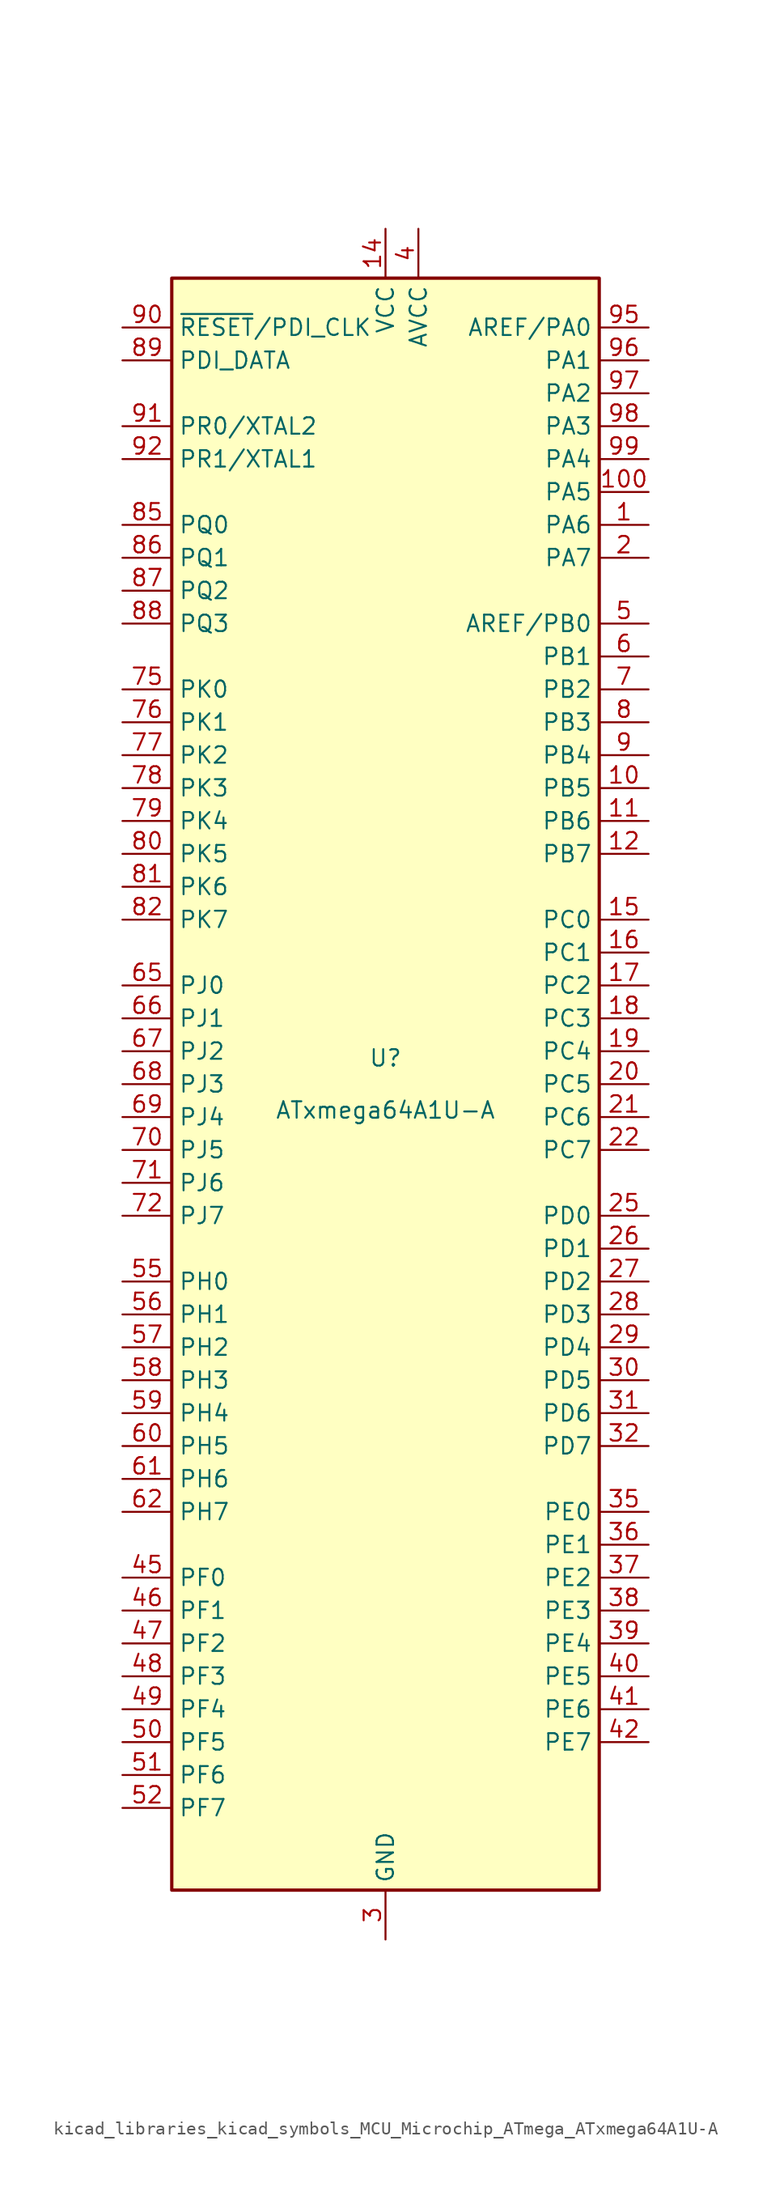
<source format=kicad_sym>
(kicad_symbol_lib
  (version 20220914)
  (generator kicad_symbol_editor)
  (symbol "kicad_libraries_kicad_symbols_MCU_Microchip_ATmega_ATxmega64A1U-A"
    (property "Reference" "U"
      (at 0 1.27 0)
      (effects (font (size 1.27 1.27)) (justify bottom)))
    (property "Value" "ATxmega64A1U-A"
      (at 0 -1.27 0)
      (effects (font (size 1.27 1.27)) (justify top)))
    (symbol "kicad_libraries_kicad_symbols_MCU_Microchip_ATmega_ATxmega64A1U-A_0_1"
      (rectangle (start -16.51 -62.23) (end 16.51 62.23) (stroke (width 0.254) (type default)) (fill (type background))))
    (symbol "kicad_libraries_kicad_symbols_MCU_Microchip_ATmega_ATxmega64A1U-A_1_1"
      (pin bidirectional line (at 20.32 43.18 180) (length 3.81) (name "PA6" (effects (font (size 1.27 1.27)))) (number "1" (effects (font (size 1.27 1.27)))))
      (pin bidirectional line (at 20.32 22.86 180) (length 3.81) (name "PB5" (effects (font (size 1.27 1.27)))) (number "10" (effects (font (size 1.27 1.27)))))
      (pin bidirectional line (at 20.32 45.72 180) (length 3.81) (name "PA5" (effects (font (size 1.27 1.27)))) (number "100" (effects (font (size 1.27 1.27)))))
      (pin bidirectional line (at 20.32 20.32 180) (length 3.81) (name "PB6" (effects (font (size 1.27 1.27)))) (number "11" (effects (font (size 1.27 1.27)))))
      (pin bidirectional line (at 20.32 17.78 180) (length 3.81) (name "PB7" (effects (font (size 1.27 1.27)))) (number "12" (effects (font (size 1.27 1.27)))))
      (pin passive line (at 0 -66.04 90) (length 3.81) hide (name "GND" (effects (font (size 1.27 1.27)))) (number "13" (effects (font (size 1.27 1.27)))))
      (pin power_in line (at 0 66.04 270) (length 3.81) (name "VCC" (effects (font (size 1.27 1.27)))) (number "14" (effects (font (size 1.27 1.27)))))
      (pin bidirectional line (at 20.32 12.7 180) (length 3.81) (name "PC0" (effects (font (size 1.27 1.27)))) (number "15" (effects (font (size 1.27 1.27)))))
      (pin bidirectional line (at 20.32 10.16 180) (length 3.81) (name "PC1" (effects (font (size 1.27 1.27)))) (number "16" (effects (font (size 1.27 1.27)))))
      (pin bidirectional line (at 20.32 7.62 180) (length 3.81) (name "PC2" (effects (font (size 1.27 1.27)))) (number "17" (effects (font (size 1.27 1.27)))))
      (pin bidirectional line (at 20.32 5.08 180) (length 3.81) (name "PC3" (effects (font (size 1.27 1.27)))) (number "18" (effects (font (size 1.27 1.27)))))
      (pin bidirectional line (at 20.32 2.54 180) (length 3.81) (name "PC4" (effects (font (size 1.27 1.27)))) (number "19" (effects (font (size 1.27 1.27)))))
      (pin bidirectional line (at 20.32 40.64 180) (length 3.81) (name "PA7" (effects (font (size 1.27 1.27)))) (number "2" (effects (font (size 1.27 1.27)))))
      (pin bidirectional line (at 20.32 0 180) (length 3.81) (name "PC5" (effects (font (size 1.27 1.27)))) (number "20" (effects (font (size 1.27 1.27)))))
      (pin bidirectional line (at 20.32 -2.54 180) (length 3.81) (name "PC6" (effects (font (size 1.27 1.27)))) (number "21" (effects (font (size 1.27 1.27)))))
      (pin bidirectional line (at 20.32 -5.08 180) (length 3.81) (name "PC7" (effects (font (size 1.27 1.27)))) (number "22" (effects (font (size 1.27 1.27)))))
      (pin passive line (at 0 -66.04 90) (length 3.81) hide (name "GND" (effects (font (size 1.27 1.27)))) (number "23" (effects (font (size 1.27 1.27)))))
      (pin passive line (at 0 66.04 270) (length 3.81) hide (name "VCC" (effects (font (size 1.27 1.27)))) (number "24" (effects (font (size 1.27 1.27)))))
      (pin bidirectional line (at 20.32 -10.16 180) (length 3.81) (name "PD0" (effects (font (size 1.27 1.27)))) (number "25" (effects (font (size 1.27 1.27)))))
      (pin bidirectional line (at 20.32 -12.7 180) (length 3.81) (name "PD1" (effects (font (size 1.27 1.27)))) (number "26" (effects (font (size 1.27 1.27)))))
      (pin bidirectional line (at 20.32 -15.24 180) (length 3.81) (name "PD2" (effects (font (size 1.27 1.27)))) (number "27" (effects (font (size 1.27 1.27)))))
      (pin bidirectional line (at 20.32 -17.78 180) (length 3.81) (name "PD3" (effects (font (size 1.27 1.27)))) (number "28" (effects (font (size 1.27 1.27)))))
      (pin bidirectional line (at 20.32 -20.32 180) (length 3.81) (name "PD4" (effects (font (size 1.27 1.27)))) (number "29" (effects (font (size 1.27 1.27)))))
      (pin power_in line (at 0 -66.04 90) (length 3.81) (name "GND" (effects (font (size 1.27 1.27)))) (number "3" (effects (font (size 1.27 1.27)))))
      (pin bidirectional line (at 20.32 -22.86 180) (length 3.81) (name "PD5" (effects (font (size 1.27 1.27)))) (number "30" (effects (font (size 1.27 1.27)))))
      (pin bidirectional line (at 20.32 -25.4 180) (length 3.81) (name "PD6" (effects (font (size 1.27 1.27)))) (number "31" (effects (font (size 1.27 1.27)))))
      (pin bidirectional line (at 20.32 -27.94 180) (length 3.81) (name "PD7" (effects (font (size 1.27 1.27)))) (number "32" (effects (font (size 1.27 1.27)))))
      (pin passive line (at 0 -66.04 90) (length 3.81) hide (name "GND" (effects (font (size 1.27 1.27)))) (number "33" (effects (font (size 1.27 1.27)))))
      (pin passive line (at 0 66.04 270) (length 3.81) hide (name "VCC" (effects (font (size 1.27 1.27)))) (number "34" (effects (font (size 1.27 1.27)))))
      (pin bidirectional line (at 20.32 -33.02 180) (length 3.81) (name "PE0" (effects (font (size 1.27 1.27)))) (number "35" (effects (font (size 1.27 1.27)))))
      (pin bidirectional line (at 20.32 -35.56 180) (length 3.81) (name "PE1" (effects (font (size 1.27 1.27)))) (number "36" (effects (font (size 1.27 1.27)))))
      (pin bidirectional line (at 20.32 -38.1 180) (length 3.81) (name "PE2" (effects (font (size 1.27 1.27)))) (number "37" (effects (font (size 1.27 1.27)))))
      (pin bidirectional line (at 20.32 -40.64 180) (length 3.81) (name "PE3" (effects (font (size 1.27 1.27)))) (number "38" (effects (font (size 1.27 1.27)))))
      (pin bidirectional line (at 20.32 -43.18 180) (length 3.81) (name "PE4" (effects (font (size 1.27 1.27)))) (number "39" (effects (font (size 1.27 1.27)))))
      (pin power_in line (at 2.54 66.04 270) (length 3.81) (name "AVCC" (effects (font (size 1.27 1.27)))) (number "4" (effects (font (size 1.27 1.27)))))
      (pin bidirectional line (at 20.32 -45.72 180) (length 3.81) (name "PE5" (effects (font (size 1.27 1.27)))) (number "40" (effects (font (size 1.27 1.27)))))
      (pin bidirectional line (at 20.32 -48.26 180) (length 3.81) (name "PE6" (effects (font (size 1.27 1.27)))) (number "41" (effects (font (size 1.27 1.27)))))
      (pin bidirectional line (at 20.32 -50.8 180) (length 3.81) (name "PE7" (effects (font (size 1.27 1.27)))) (number "42" (effects (font (size 1.27 1.27)))))
      (pin passive line (at 0 -66.04 90) (length 3.81) hide (name "GND" (effects (font (size 1.27 1.27)))) (number "43" (effects (font (size 1.27 1.27)))))
      (pin passive line (at 0 66.04 270) (length 3.81) hide (name "VCC" (effects (font (size 1.27 1.27)))) (number "44" (effects (font (size 1.27 1.27)))))
      (pin bidirectional line (at -20.32 -38.1 0) (length 3.81) (name "PF0" (effects (font (size 1.27 1.27)))) (number "45" (effects (font (size 1.27 1.27)))))
      (pin bidirectional line (at -20.32 -40.64 0) (length 3.81) (name "PF1" (effects (font (size 1.27 1.27)))) (number "46" (effects (font (size 1.27 1.27)))))
      (pin bidirectional line (at -20.32 -43.18 0) (length 3.81) (name "PF2" (effects (font (size 1.27 1.27)))) (number "47" (effects (font (size 1.27 1.27)))))
      (pin bidirectional line (at -20.32 -45.72 0) (length 3.81) (name "PF3" (effects (font (size 1.27 1.27)))) (number "48" (effects (font (size 1.27 1.27)))))
      (pin bidirectional line (at -20.32 -48.26 0) (length 3.81) (name "PF4" (effects (font (size 1.27 1.27)))) (number "49" (effects (font (size 1.27 1.27)))))
      (pin bidirectional line (at 20.32 35.56 180) (length 3.81) (name "AREF/PB0" (effects (font (size 1.27 1.27)))) (number "5" (effects (font (size 1.27 1.27)))))
      (pin bidirectional line (at -20.32 -50.8 0) (length 3.81) (name "PF5" (effects (font (size 1.27 1.27)))) (number "50" (effects (font (size 1.27 1.27)))))
      (pin bidirectional line (at -20.32 -53.34 0) (length 3.81) (name "PF6" (effects (font (size 1.27 1.27)))) (number "51" (effects (font (size 1.27 1.27)))))
      (pin bidirectional line (at -20.32 -55.88 0) (length 3.81) (name "PF7" (effects (font (size 1.27 1.27)))) (number "52" (effects (font (size 1.27 1.27)))))
      (pin passive line (at 0 -66.04 90) (length 3.81) hide (name "GND" (effects (font (size 1.27 1.27)))) (number "53" (effects (font (size 1.27 1.27)))))
      (pin passive line (at 0 66.04 270) (length 3.81) hide (name "VCC" (effects (font (size 1.27 1.27)))) (number "54" (effects (font (size 1.27 1.27)))))
      (pin bidirectional line (at -20.32 -15.24 0) (length 3.81) (name "PH0" (effects (font (size 1.27 1.27)))) (number "55" (effects (font (size 1.27 1.27)))))
      (pin bidirectional line (at -20.32 -17.78 0) (length 3.81) (name "PH1" (effects (font (size 1.27 1.27)))) (number "56" (effects (font (size 1.27 1.27)))))
      (pin bidirectional line (at -20.32 -20.32 0) (length 3.81) (name "PH2" (effects (font (size 1.27 1.27)))) (number "57" (effects (font (size 1.27 1.27)))))
      (pin bidirectional line (at -20.32 -22.86 0) (length 3.81) (name "PH3" (effects (font (size 1.27 1.27)))) (number "58" (effects (font (size 1.27 1.27)))))
      (pin bidirectional line (at -20.32 -25.4 0) (length 3.81) (name "PH4" (effects (font (size 1.27 1.27)))) (number "59" (effects (font (size 1.27 1.27)))))
      (pin bidirectional line (at 20.32 33.02 180) (length 3.81) (name "PB1" (effects (font (size 1.27 1.27)))) (number "6" (effects (font (size 1.27 1.27)))))
      (pin bidirectional line (at -20.32 -27.94 0) (length 3.81) (name "PH5" (effects (font (size 1.27 1.27)))) (number "60" (effects (font (size 1.27 1.27)))))
      (pin bidirectional line (at -20.32 -30.48 0) (length 3.81) (name "PH6" (effects (font (size 1.27 1.27)))) (number "61" (effects (font (size 1.27 1.27)))))
      (pin bidirectional line (at -20.32 -33.02 0) (length 3.81) (name "PH7" (effects (font (size 1.27 1.27)))) (number "62" (effects (font (size 1.27 1.27)))))
      (pin passive line (at 0 -66.04 90) (length 3.81) hide (name "GND" (effects (font (size 1.27 1.27)))) (number "63" (effects (font (size 1.27 1.27)))))
      (pin passive line (at 0 66.04 270) (length 3.81) hide (name "VCC" (effects (font (size 1.27 1.27)))) (number "64" (effects (font (size 1.27 1.27)))))
      (pin bidirectional line (at -20.32 7.62 0) (length 3.81) (name "PJ0" (effects (font (size 1.27 1.27)))) (number "65" (effects (font (size 1.27 1.27)))))
      (pin bidirectional line (at -20.32 5.08 0) (length 3.81) (name "PJ1" (effects (font (size 1.27 1.27)))) (number "66" (effects (font (size 1.27 1.27)))))
      (pin bidirectional line (at -20.32 2.54 0) (length 3.81) (name "PJ2" (effects (font (size 1.27 1.27)))) (number "67" (effects (font (size 1.27 1.27)))))
      (pin bidirectional line (at -20.32 0 0) (length 3.81) (name "PJ3" (effects (font (size 1.27 1.27)))) (number "68" (effects (font (size 1.27 1.27)))))
      (pin bidirectional line (at -20.32 -2.54 0) (length 3.81) (name "PJ4" (effects (font (size 1.27 1.27)))) (number "69" (effects (font (size 1.27 1.27)))))
      (pin bidirectional line (at 20.32 30.48 180) (length 3.81) (name "PB2" (effects (font (size 1.27 1.27)))) (number "7" (effects (font (size 1.27 1.27)))))
      (pin bidirectional line (at -20.32 -5.08 0) (length 3.81) (name "PJ5" (effects (font (size 1.27 1.27)))) (number "70" (effects (font (size 1.27 1.27)))))
      (pin bidirectional line (at -20.32 -7.62 0) (length 3.81) (name "PJ6" (effects (font (size 1.27 1.27)))) (number "71" (effects (font (size 1.27 1.27)))))
      (pin bidirectional line (at -20.32 -10.16 0) (length 3.81) (name "PJ7" (effects (font (size 1.27 1.27)))) (number "72" (effects (font (size 1.27 1.27)))))
      (pin passive line (at 0 -66.04 90) (length 3.81) hide (name "GND" (effects (font (size 1.27 1.27)))) (number "73" (effects (font (size 1.27 1.27)))))
      (pin passive line (at 0 66.04 270) (length 3.81) hide (name "VCC" (effects (font (size 1.27 1.27)))) (number "74" (effects (font (size 1.27 1.27)))))
      (pin bidirectional line (at -20.32 30.48 0) (length 3.81) (name "PK0" (effects (font (size 1.27 1.27)))) (number "75" (effects (font (size 1.27 1.27)))))
      (pin bidirectional line (at -20.32 27.94 0) (length 3.81) (name "PK1" (effects (font (size 1.27 1.27)))) (number "76" (effects (font (size 1.27 1.27)))))
      (pin bidirectional line (at -20.32 25.4 0) (length 3.81) (name "PK2" (effects (font (size 1.27 1.27)))) (number "77" (effects (font (size 1.27 1.27)))))
      (pin bidirectional line (at -20.32 22.86 0) (length 3.81) (name "PK3" (effects (font (size 1.27 1.27)))) (number "78" (effects (font (size 1.27 1.27)))))
      (pin bidirectional line (at -20.32 20.32 0) (length 3.81) (name "PK4" (effects (font (size 1.27 1.27)))) (number "79" (effects (font (size 1.27 1.27)))))
      (pin bidirectional line (at 20.32 27.94 180) (length 3.81) (name "PB3" (effects (font (size 1.27 1.27)))) (number "8" (effects (font (size 1.27 1.27)))))
      (pin bidirectional line (at -20.32 17.78 0) (length 3.81) (name "PK5" (effects (font (size 1.27 1.27)))) (number "80" (effects (font (size 1.27 1.27)))))
      (pin bidirectional line (at -20.32 15.24 0) (length 3.81) (name "PK6" (effects (font (size 1.27 1.27)))) (number "81" (effects (font (size 1.27 1.27)))))
      (pin bidirectional line (at -20.32 12.7 0) (length 3.81) (name "PK7" (effects (font (size 1.27 1.27)))) (number "82" (effects (font (size 1.27 1.27)))))
      (pin passive line (at 0 66.04 270) (length 3.81) hide (name "VCC" (effects (font (size 1.27 1.27)))) (number "83" (effects (font (size 1.27 1.27)))))
      (pin passive line (at 0 -66.04 90) (length 3.81) hide (name "GND" (effects (font (size 1.27 1.27)))) (number "84" (effects (font (size 1.27 1.27)))))
      (pin bidirectional line (at -20.32 43.18 0) (length 3.81) (name "PQ0" (effects (font (size 1.27 1.27)))) (number "85" (effects (font (size 1.27 1.27)))))
      (pin bidirectional line (at -20.32 40.64 0) (length 3.81) (name "PQ1" (effects (font (size 1.27 1.27)))) (number "86" (effects (font (size 1.27 1.27)))))
      (pin bidirectional line (at -20.32 38.1 0) (length 3.81) (name "PQ2" (effects (font (size 1.27 1.27)))) (number "87" (effects (font (size 1.27 1.27)))))
      (pin bidirectional line (at -20.32 35.56 0) (length 3.81) (name "PQ3" (effects (font (size 1.27 1.27)))) (number "88" (effects (font (size 1.27 1.27)))))
      (pin bidirectional line (at -20.32 55.88 0) (length 3.81) (name "PDI_DATA" (effects (font (size 1.27 1.27)))) (number "89" (effects (font (size 1.27 1.27)))))
      (pin bidirectional line (at 20.32 25.4 180) (length 3.81) (name "PB4" (effects (font (size 1.27 1.27)))) (number "9" (effects (font (size 1.27 1.27)))))
      (pin input line (at -20.32 58.42 0) (length 3.81) (name "~{RESET}/PDI_CLK" (effects (font (size 1.27 1.27)))) (number "90" (effects (font (size 1.27 1.27)))))
      (pin bidirectional line (at -20.32 50.8 0) (length 3.81) (name "PR0/XTAL2" (effects (font (size 1.27 1.27)))) (number "91" (effects (font (size 1.27 1.27)))))
      (pin bidirectional line (at -20.32 48.26 0) (length 3.81) (name "PR1/XTAL1" (effects (font (size 1.27 1.27)))) (number "92" (effects (font (size 1.27 1.27)))))
      (pin passive line (at 0 -66.04 90) (length 3.81) hide (name "GND" (effects (font (size 1.27 1.27)))) (number "93" (effects (font (size 1.27 1.27)))))
      (pin passive line (at 2.54 66.04 270) (length 3.81) hide (name "AVCC" (effects (font (size 1.27 1.27)))) (number "94" (effects (font (size 1.27 1.27)))))
      (pin bidirectional line (at 20.32 58.42 180) (length 3.81) (name "AREF/PA0" (effects (font (size 1.27 1.27)))) (number "95" (effects (font (size 1.27 1.27)))))
      (pin bidirectional line (at 20.32 55.88 180) (length 3.81) (name "PA1" (effects (font (size 1.27 1.27)))) (number "96" (effects (font (size 1.27 1.27)))))
      (pin bidirectional line (at 20.32 53.34 180) (length 3.81) (name "PA2" (effects (font (size 1.27 1.27)))) (number "97" (effects (font (size 1.27 1.27)))))
      (pin bidirectional line (at 20.32 50.8 180) (length 3.81) (name "PA3" (effects (font (size 1.27 1.27)))) (number "98" (effects (font (size 1.27 1.27)))))
      (pin bidirectional line (at 20.32 48.26 180) (length 3.81) (name "PA4" (effects (font (size 1.27 1.27)))) (number "99" (effects (font (size 1.27 1.27))))))))
</source>
